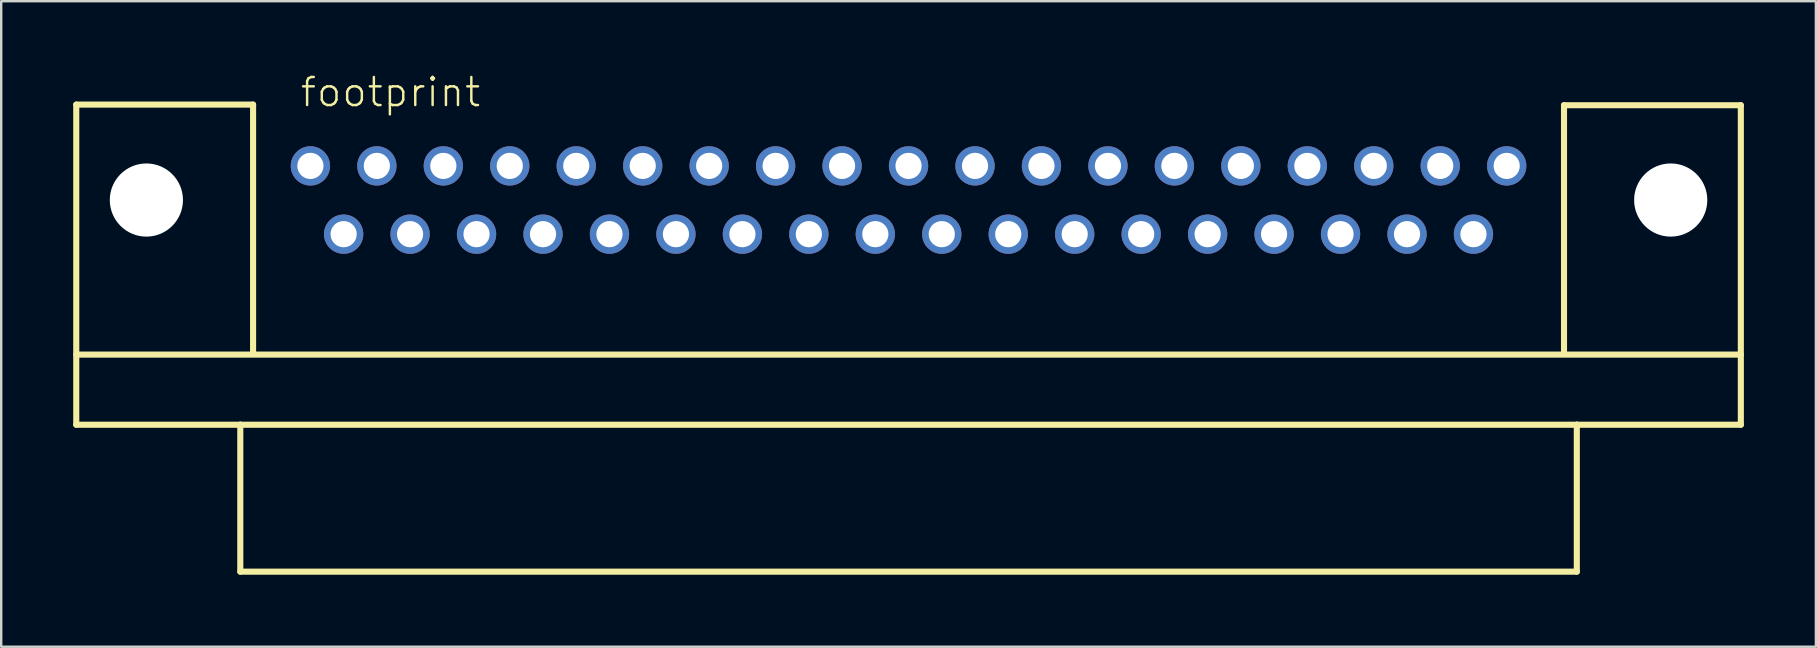
<source format=kicad_pcb>
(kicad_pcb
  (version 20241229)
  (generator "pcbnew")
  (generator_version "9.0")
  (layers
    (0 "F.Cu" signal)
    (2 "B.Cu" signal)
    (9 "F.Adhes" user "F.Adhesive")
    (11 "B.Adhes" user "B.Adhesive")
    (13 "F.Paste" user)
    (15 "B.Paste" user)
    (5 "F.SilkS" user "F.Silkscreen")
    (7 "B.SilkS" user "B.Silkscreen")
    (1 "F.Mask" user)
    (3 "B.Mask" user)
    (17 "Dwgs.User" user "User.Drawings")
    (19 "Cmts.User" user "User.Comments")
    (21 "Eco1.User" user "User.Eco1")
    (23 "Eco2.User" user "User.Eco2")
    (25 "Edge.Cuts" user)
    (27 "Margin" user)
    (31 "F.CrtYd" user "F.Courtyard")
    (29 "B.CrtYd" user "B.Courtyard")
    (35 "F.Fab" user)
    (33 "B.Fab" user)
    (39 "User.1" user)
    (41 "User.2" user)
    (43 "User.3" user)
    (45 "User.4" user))
  (footprint "footprint"
    (layer "F.Cu")
    (at 34.798 5.283)
    (property "Reference" "footprint" (at -25.4 -3.81 0) (layer "F.SilkS") (effects (font (size 1.168 1.168) (thickness 0.102)) (justify left bottom)))
    (fp_line (start -34.671 -3.975) (end -27.305 -3.975) (stroke (width 0.254) (type solid)) (layer "F.SilkS"))
    (fp_line (start -34.671 6.439) (end 34.671 6.439) (stroke (width 0.254) (type solid)) (layer "F.SilkS"))
    (fp_line (start -34.671 9.36) (end -34.671 -3.975) (stroke (width 0.254) (type solid)) (layer "F.SilkS"))
    (fp_line (start -27.838 9.36) (end -34.671 9.36) (stroke (width 0.254) (type solid)) (layer "F.SilkS"))
    (fp_line (start -27.838 9.36) (end 27.838 9.36) (stroke (width 0.254) (type solid)) (layer "F.SilkS"))
    (fp_line (start -27.838 15.481) (end -27.838 9.36) (stroke (width 0.254) (type solid)) (layer "F.SilkS"))
    (fp_line (start -27.305 -3.975) (end -27.305 6.299) (stroke (width 0.254) (type solid)) (layer "F.SilkS"))
    (fp_line (start 27.305 -3.95) (end 27.305 6.299) (stroke (width 0.254) (type solid)) (layer "F.SilkS"))
    (fp_line (start 27.838 9.36) (end 27.838 15.481) (stroke (width 0.254) (type solid)) (layer "F.SilkS"))
    (fp_line (start 27.838 15.481) (end -27.838 15.481) (stroke (width 0.254) (type solid)) (layer "F.SilkS"))
    (fp_line (start 34.671 -3.95) (end 27.305 -3.95) (stroke (width 0.254) (type solid)) (layer "F.SilkS"))
    (fp_line (start 34.671 -3.95) (end 34.671 9.36) (stroke (width 0.254) (type solid)) (layer "F.SilkS"))
    (fp_line (start 34.671 9.36) (end 27.838 9.36) (stroke (width 0.254) (type solid)) (layer "F.SilkS"))
    (pad "" np_thru_hole circle (at -31.75 0) (size 3.048 3.048) (drill 3.048) (layers "*.Cu" "*.Mask"))
    (pad "" np_thru_hole circle (at 31.75 0) (size 3.048 3.048) (drill 3.048) (layers "*.Cu" "*.Mask"))
    (pad "1" thru_hole circle (at 24.917 -1.422) (size 1.638 1.638) (drill 1.092) (layers "*.Cu" "*.Mask"))
    (pad "2" thru_hole circle (at 22.149 -1.422) (size 1.638 1.638) (drill 1.092) (layers "*.Cu" "*.Mask"))
    (pad "3" thru_hole circle (at 19.38 -1.422) (size 1.638 1.638) (drill 1.092) (layers "*.Cu" "*.Mask"))
    (pad "4" thru_hole circle (at 16.612 -1.422) (size 1.638 1.638) (drill 1.092) (layers "*.Cu" "*.Mask"))
    (pad "5" thru_hole circle (at 13.843 -1.422) (size 1.638 1.638) (drill 1.092) (layers "*.Cu" "*.Mask"))
    (pad "6" thru_hole circle (at 11.074 -1.422) (size 1.638 1.638) (drill 1.092) (layers "*.Cu" "*.Mask"))
    (pad "7" thru_hole circle (at 8.306 -1.422) (size 1.638 1.638) (drill 1.092) (layers "*.Cu" "*.Mask"))
    (pad "8" thru_hole circle (at 5.537 -1.422) (size 1.638 1.638) (drill 1.092) (layers "*.Cu" "*.Mask"))
    (pad "9" thru_hole circle (at 2.769 -1.422) (size 1.638 1.638) (drill 1.092) (layers "*.Cu" "*.Mask"))
    (pad "10" thru_hole circle (at 0 -1.422) (size 1.638 1.638) (drill 1.092) (layers "*.Cu" "*.Mask"))
    (pad "11" thru_hole circle (at -2.769 -1.422) (size 1.638 1.638) (drill 1.092) (layers "*.Cu" "*.Mask"))
    (pad "12" thru_hole circle (at -5.537 -1.422) (size 1.638 1.638) (drill 1.092) (layers "*.Cu" "*.Mask"))
    (pad "13" thru_hole circle (at -8.306 -1.422) (size 1.638 1.638) (drill 1.092) (layers "*.Cu" "*.Mask"))
    (pad "14" thru_hole circle (at -11.074 -1.422) (size 1.638 1.638) (drill 1.092) (layers "*.Cu" "*.Mask"))
    (pad "15" thru_hole circle (at -13.843 -1.422) (size 1.638 1.638) (drill 1.092) (layers "*.Cu" "*.Mask"))
    (pad "16" thru_hole circle (at -16.612 -1.422) (size 1.638 1.638) (drill 1.092) (layers "*.Cu" "*.Mask"))
    (pad "17" thru_hole circle (at -19.38 -1.422) (size 1.638 1.638) (drill 1.092) (layers "*.Cu" "*.Mask"))
    (pad "18" thru_hole circle (at -22.149 -1.422) (size 1.638 1.638) (drill 1.092) (layers "*.Cu" "*.Mask"))
    (pad "19" thru_hole circle (at -24.917 -1.422) (size 1.638 1.638) (drill 1.092) (layers "*.Cu" "*.Mask"))
    (pad "20" thru_hole circle (at 23.533 1.422) (size 1.638 1.638) (drill 1.092) (layers "*.Cu" "*.Mask"))
    (pad "21" thru_hole circle (at 20.765 1.422) (size 1.638 1.638) (drill 1.092) (layers "*.Cu" "*.Mask"))
    (pad "22" thru_hole circle (at 17.996 1.422) (size 1.638 1.638) (drill 1.092) (layers "*.Cu" "*.Mask"))
    (pad "23" thru_hole circle (at 15.227 1.422) (size 1.638 1.638) (drill 1.092) (layers "*.Cu" "*.Mask"))
    (pad "24" thru_hole circle (at 12.459 1.422) (size 1.638 1.638) (drill 1.092) (layers "*.Cu" "*.Mask"))
    (pad "25" thru_hole circle (at 9.69 1.422) (size 1.638 1.638) (drill 1.092) (layers "*.Cu" "*.Mask"))
    (pad "26" thru_hole circle (at 6.921 1.422) (size 1.638 1.638) (drill 1.092) (layers "*.Cu" "*.Mask"))
    (pad "27" thru_hole circle (at 4.153 1.422) (size 1.638 1.638) (drill 1.092) (layers "*.Cu" "*.Mask"))
    (pad "28" thru_hole circle (at 1.384 1.422) (size 1.638 1.638) (drill 1.092) (layers "*.Cu" "*.Mask"))
    (pad "29" thru_hole circle (at -1.384 1.422) (size 1.638 1.638) (drill 1.092) (layers "*.Cu" "*.Mask"))
    (pad "30" thru_hole circle (at -4.153 1.422) (size 1.638 1.638) (drill 1.092) (layers "*.Cu" "*.Mask"))
    (pad "31" thru_hole circle (at -6.921 1.422) (size 1.638 1.638) (drill 1.092) (layers "*.Cu" "*.Mask"))
    (pad "32" thru_hole circle (at -9.69 1.422) (size 1.638 1.638) (drill 1.092) (layers "*.Cu" "*.Mask"))
    (pad "33" thru_hole circle (at -12.459 1.422) (size 1.638 1.638) (drill 1.092) (layers "*.Cu" "*.Mask"))
    (pad "34" thru_hole circle (at -15.227 1.422) (size 1.638 1.638) (drill 1.092) (layers "*.Cu" "*.Mask"))
    (pad "35" thru_hole circle (at -17.996 1.422) (size 1.638 1.638) (drill 1.092) (layers "*.Cu" "*.Mask"))
    (pad "36" thru_hole circle (at -20.765 1.422) (size 1.638 1.638) (drill 1.092) (layers "*.Cu" "*.Mask"))
    (pad "37" thru_hole circle (at -23.533 1.422) (size 1.638 1.638) (drill 1.092) (layers "*.Cu" "*.Mask")))
  (gr_rect
    (start -3 -3)
    (end 72.596 23.892)
    (stroke (width 0.1) (type default))
    (fill no)
    (layer "Edge.Cuts")))
</source>
